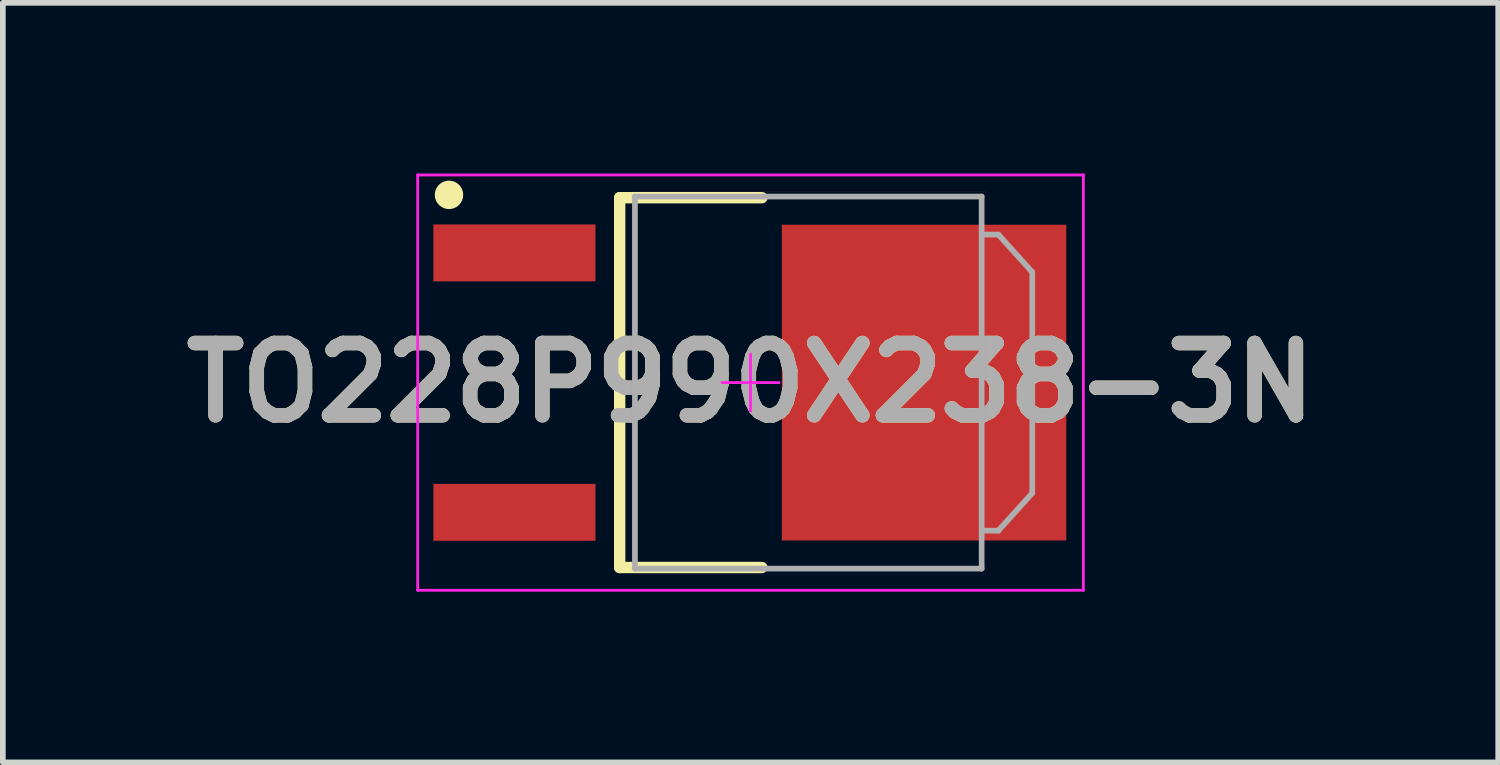
<source format=kicad_pcb>
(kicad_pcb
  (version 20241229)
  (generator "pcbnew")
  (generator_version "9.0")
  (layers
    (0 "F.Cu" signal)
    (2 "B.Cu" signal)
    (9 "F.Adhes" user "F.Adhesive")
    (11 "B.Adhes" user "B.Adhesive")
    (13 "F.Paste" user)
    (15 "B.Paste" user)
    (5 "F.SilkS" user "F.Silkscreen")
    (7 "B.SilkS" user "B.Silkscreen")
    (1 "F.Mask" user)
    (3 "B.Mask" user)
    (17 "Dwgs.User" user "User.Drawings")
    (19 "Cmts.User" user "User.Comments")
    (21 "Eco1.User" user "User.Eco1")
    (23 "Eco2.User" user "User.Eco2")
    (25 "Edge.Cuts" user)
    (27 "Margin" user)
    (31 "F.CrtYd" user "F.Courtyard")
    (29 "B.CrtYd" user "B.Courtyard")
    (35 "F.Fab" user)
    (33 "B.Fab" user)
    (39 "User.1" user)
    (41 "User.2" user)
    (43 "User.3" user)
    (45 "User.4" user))
  (footprint "TO228P990X238-3N"
    (layer "F.Cu")
    (at 10.142 3.675)
    (property "Reference" "TO228P990X238-3N" (at 0 0 0) (layer "F.SilkS") (effects (font (size 1.27 1.27) (thickness 0.254))))
    (attr smd)
    (fp_line (start -2.3 -3.25) (end 0.2 -3.25) (stroke (width 0.2) (type solid)) (layer "F.SilkS"))
    (fp_line (start -2.3 3.25) (end -2.3 -3.25) (stroke (width 0.2) (type solid)) (layer "F.SilkS"))
    (fp_line (start 0.2 3.25) (end -2.3 3.25) (stroke (width 0.2) (type solid)) (layer "F.SilkS"))
    (fp_circle (center -5.3 -3.3) (end -5.3 -3.175) (stroke (width 0.25) (type solid)) (fill no) (layer "F.SilkS"))
    (fp_line (start -5.85 -3.65) (end -5.85 3.65) (stroke (width 0.05) (type solid)) (layer "F.CrtYd"))
    (fp_line (start -5.85 3.65) (end 5.85 3.65) (stroke (width 0.05) (type solid)) (layer "F.CrtYd"))
    (fp_line (start -2.095 -3.365) (end -2.095 3.365) (stroke (width 0.001) (type solid)) (layer "F.CrtYd"))
    (fp_line (start -2.095 3.365) (end 4.125 3.365) (stroke (width 0.001) (type solid)) (layer "F.CrtYd"))
    (fp_line (start -0.5 0) (end 0.5 0) (stroke (width 0.05) (type solid)) (layer "F.CrtYd"))
    (fp_line (start 0 0.5) (end 0 -0.5) (stroke (width 0.05) (type solid)) (layer "F.CrtYd"))
    (fp_line (start 4.125 -3.365) (end -2.095 -3.365) (stroke (width 0.001) (type solid)) (layer "F.CrtYd"))
    (fp_line (start 4.125 3.365) (end 4.125 -3.365) (stroke (width 0.001) (type solid)) (layer "F.CrtYd"))
    (fp_line (start 5.85 -3.65) (end -5.85 -3.65) (stroke (width 0.05) (type solid)) (layer "F.CrtYd"))
    (fp_line (start 5.85 3.65) (end 5.85 -3.65) (stroke (width 0.05) (type solid)) (layer "F.CrtYd"))
    (fp_line (start -2.032 -3.27) (end -2.032 3.27) (stroke (width 0.1) (type solid)) (layer "F.Fab"))
    (fp_line (start -2.032 3.27) (end 4.062 3.27) (stroke (width 0.1) (type solid)) (layer "F.Fab"))
    (fp_line (start 4.062 -3.27) (end -2.032 -3.27) (stroke (width 0.1) (type solid)) (layer "F.Fab"))
    (fp_line (start 4.062 2.602) (end 4.356 2.602) (stroke (width 0.1) (type solid)) (layer "F.Fab"))
    (fp_line (start 4.062 3.27) (end 4.062 -3.27) (stroke (width 0.1) (type solid)) (layer "F.Fab"))
    (fp_line (start 4.356 -2.602) (end 4.062 -2.602) (stroke (width 0.1) (type solid)) (layer "F.Fab"))
    (fp_line (start 4.356 2.602) (end 4.952 1.942) (stroke (width 0.1) (type solid)) (layer "F.Fab"))
    (fp_line (start 4.952 -1.942) (end 4.356 -2.602) (stroke (width 0.1) (type solid)) (layer "F.Fab"))
    (fp_line (start 4.952 1.942) (end 4.952 -1.942) (stroke (width 0.1) (type solid)) (layer "F.Fab"))
    (fp_text user "${REFERENCE}" (at 0 0 0) (layer "F.Fab") (effects (font (size 1.27 1.27) (thickness 0.254))))
    (pad "1" smd rect (at -4.15 -2.28 90) (size 1 2.85) (layers "F.Cu" "F.Mask" "F.Paste"))
    (pad "3" smd rect (at -4.15 2.28 90) (size 1 2.85) (layers "F.Cu" "F.Mask" "F.Paste"))
    (pad "4" smd rect (at 3.05 0) (size 5 5.55) (layers "F.Cu" "F.Mask" "F.Paste")))
  (gr_rect
    (start -3 -3)
    (end 23.284 10.35)
    (stroke (width 0.1) (type default))
    (fill no)
    (layer "Edge.Cuts")))
</source>
